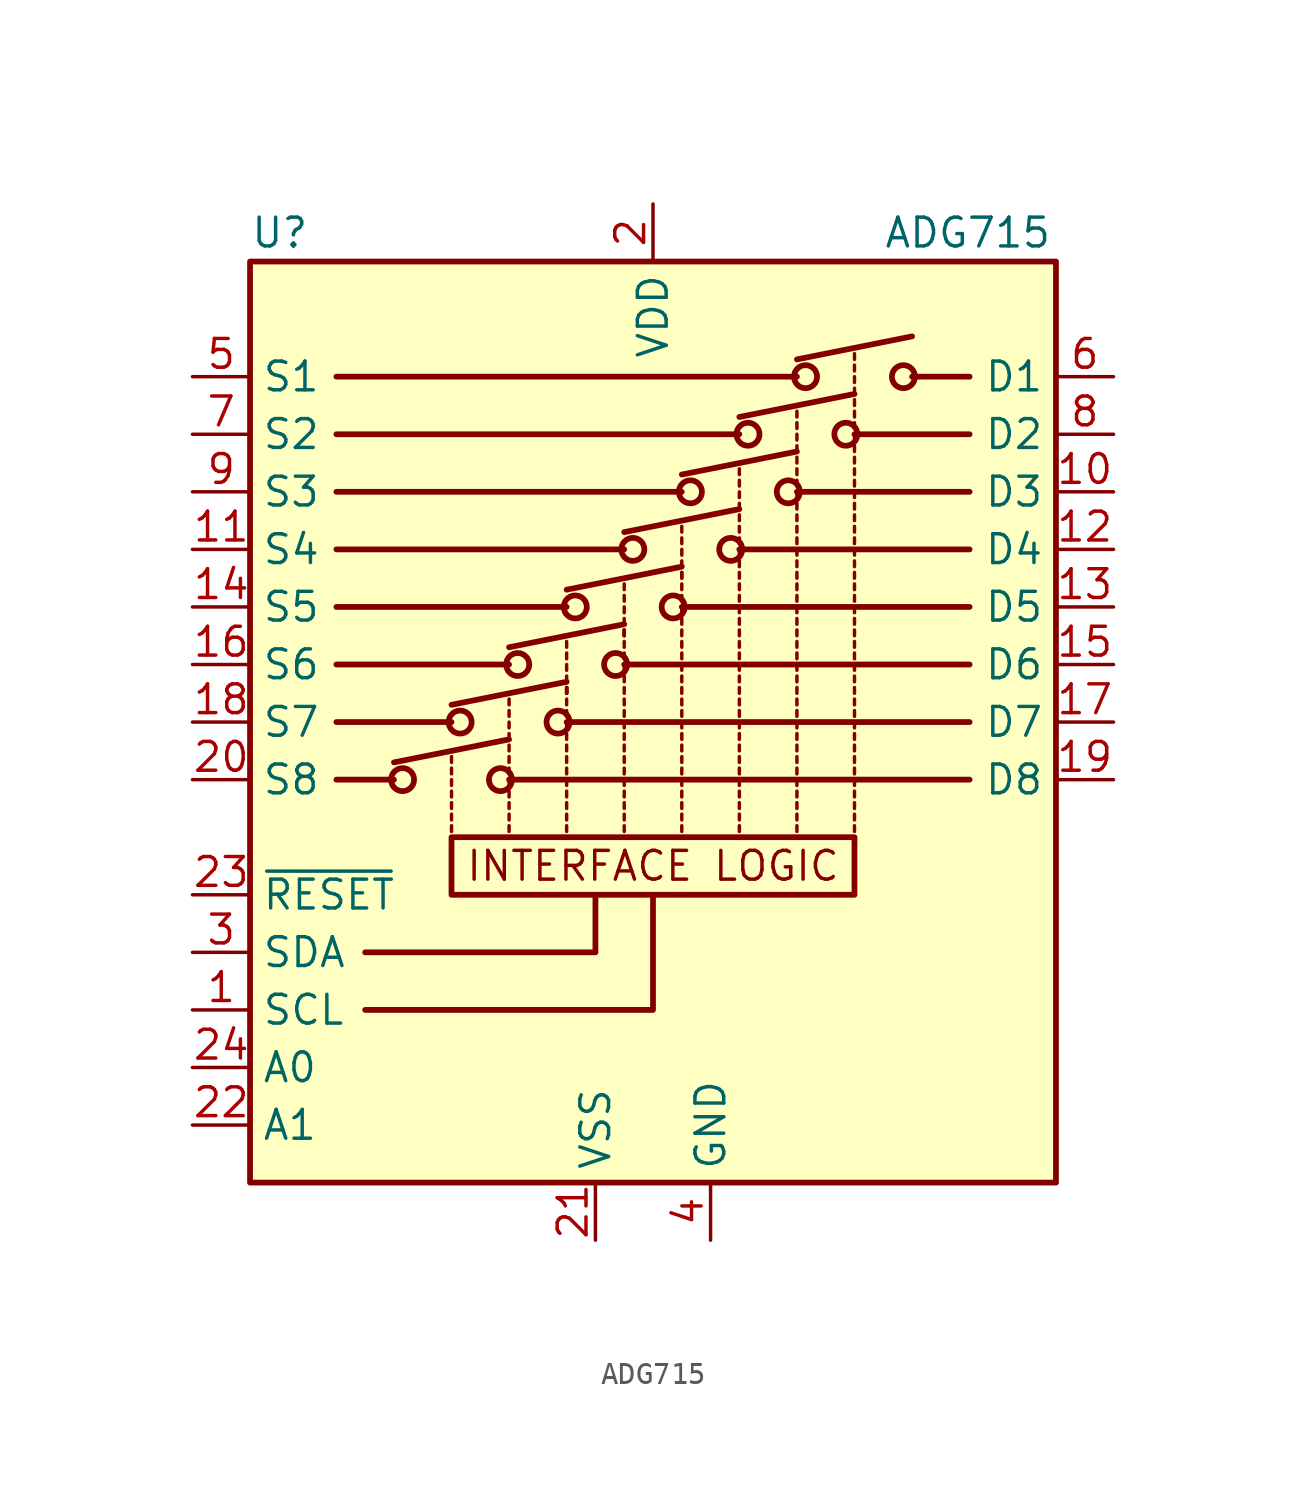
<source format=kicad_sym>
(kicad_symbol_lib
  (version 20200908)
  (generator kicad_symbol_editor)
  (symbol "Analog_Switch:ADG715"
    (property "Reference" "U"
      (at -17.78 24.13 0)
      (effects (font (size 1.27 1.27)) (justify left)))
    (property "Value" "ADG715"
      (at 10.16 24.13 0)
      (effects (font (size 1.27 1.27)) (justify left)))
    (symbol "ADG715_1_1"
      (circle (center -11.049 0) (radius 0.508) (stroke (width 0.254)) (fill (type none)))
      (circle (center -8.509 2.54) (radius 0.508) (stroke (width 0.254)) (fill (type none)))
      (circle (center -6.731 0) (radius 0.508) (stroke (width 0.254)) (fill (type none)))
      (circle (center -5.969 5.08) (radius 0.508) (stroke (width 0.254)) (fill (type none)))
      (circle (center -4.191 2.54) (radius 0.508) (stroke (width 0.254)) (fill (type none)))
      (circle (center -3.429 7.62) (radius 0.508) (stroke (width 0.254)) (fill (type none)))
      (circle (center -1.651 5.08) (radius 0.508) (stroke (width 0.254)) (fill (type none)))
      (circle (center -0.889 10.16) (radius 0.508) (stroke (width 0.254)) (fill (type none)))
      (circle (center 0.889 7.62) (radius 0.508) (stroke (width 0.254)) (fill (type none)))
      (circle (center 1.651 12.7) (radius 0.508) (stroke (width 0.254)) (fill (type none)))
      (circle (center 3.429 10.16) (radius 0.508) (stroke (width 0.254)) (fill (type none)))
      (circle (center 4.191 15.24) (radius 0.508) (stroke (width 0.254)) (fill (type none)))
      (circle (center 5.969 12.7) (radius 0.508) (stroke (width 0.254)) (fill (type none)))
      (circle (center 6.731 17.78) (radius 0.508) (stroke (width 0.254)) (fill (type none)))
      (circle (center 8.509 15.24) (radius 0.508) (stroke (width 0.254)) (fill (type none)))
      (circle (center 11.049 17.78) (radius 0.508) (stroke (width 0.254)) (fill (type none)))
      (polyline (pts (xy -11.43 0.762) (xy -6.35 1.778)) (stroke (width 0.254)) (fill (type none)))
      (polyline (pts (xy -8.89 -2.286) (xy -8.89 -2.032)) (stroke (width 0)) (fill (type none)))
      (polyline (pts (xy -8.89 -1.778) (xy -8.89 -1.524)) (stroke (width 0)) (fill (type none)))
      (polyline (pts (xy -8.89 -1.27) (xy -8.89 -1.016)) (stroke (width 0)) (fill (type none)))
      (polyline (pts (xy -8.89 -0.762) (xy -8.89 -0.508)) (stroke (width 0)) (fill (type none)))
      (polyline (pts (xy -8.89 -0.254) (xy -8.89 0)) (stroke (width 0)) (fill (type none)))
      (polyline (pts (xy -8.89 0.254) (xy -8.89 0.508)) (stroke (width 0)) (fill (type none)))
      (polyline (pts (xy -8.89 0.762) (xy -8.89 1.016)) (stroke (width 0)) (fill (type none)))
      (polyline (pts (xy -8.89 3.302) (xy -3.81 4.318)) (stroke (width 0.254)) (fill (type none)))
      (polyline (pts (xy -6.35 -2.286) (xy -6.35 -2.032)) (stroke (width 0)) (fill (type none)))
      (polyline (pts (xy -6.35 -1.778) (xy -6.35 -1.524)) (stroke (width 0)) (fill (type none)))
      (polyline (pts (xy -6.35 -1.27) (xy -6.35 -1.016)) (stroke (width 0)) (fill (type none)))
      (polyline (pts (xy -6.35 -0.762) (xy -6.35 -0.508)) (stroke (width 0)) (fill (type none)))
      (polyline (pts (xy -6.35 -0.254) (xy -6.35 0)) (stroke (width 0)) (fill (type none)))
      (polyline (pts (xy -6.35 0.254) (xy -6.35 0.508)) (stroke (width 0)) (fill (type none)))
      (polyline (pts (xy -6.35 0.762) (xy -6.35 1.016)) (stroke (width 0)) (fill (type none)))
      (polyline (pts (xy -6.35 1.27) (xy -6.35 1.524)) (stroke (width 0)) (fill (type none)))
      (polyline (pts (xy -6.35 1.778) (xy -6.35 2.032)) (stroke (width 0)) (fill (type none)))
      (polyline (pts (xy -6.35 2.286) (xy -6.35 2.54)) (stroke (width 0)) (fill (type none)))
      (polyline (pts (xy -6.35 2.794) (xy -6.35 3.048)) (stroke (width 0)) (fill (type none)))
      (polyline (pts (xy -6.35 3.302) (xy -6.35 3.556)) (stroke (width 0)) (fill (type none)))
      (polyline (pts (xy -6.35 5.842) (xy -1.27 6.858)) (stroke (width 0.254)) (fill (type none)))
      (polyline (pts (xy -3.81 -2.286) (xy -3.81 -2.032)) (stroke (width 0)) (fill (type none)))
      (polyline (pts (xy -3.81 -1.778) (xy -3.81 -1.524)) (stroke (width 0)) (fill (type none)))
      (polyline (pts (xy -3.81 -1.27) (xy -3.81 -1.016)) (stroke (width 0)) (fill (type none)))
      (polyline (pts (xy -3.81 -0.762) (xy -3.81 -0.508)) (stroke (width 0)) (fill (type none)))
      (polyline (pts (xy -3.81 -0.254) (xy -3.81 0)) (stroke (width 0)) (fill (type none)))
      (polyline (pts (xy -3.81 0.254) (xy -3.81 0.508)) (stroke (width 0)) (fill (type none)))
      (polyline (pts (xy -3.81 0.762) (xy -3.81 1.016)) (stroke (width 0)) (fill (type none)))
      (polyline (pts (xy -3.81 1.27) (xy -3.81 1.524)) (stroke (width 0)) (fill (type none)))
      (polyline (pts (xy -3.81 1.778) (xy -3.81 2.032)) (stroke (width 0)) (fill (type none)))
      (polyline (pts (xy -3.81 2.286) (xy -3.81 2.54)) (stroke (width 0)) (fill (type none)))
      (polyline (pts (xy -3.81 2.794) (xy -3.81 3.048)) (stroke (width 0)) (fill (type none)))
      (polyline (pts (xy -3.81 3.302) (xy -3.81 3.556)) (stroke (width 0)) (fill (type none)))
      (polyline (pts (xy -3.81 3.81) (xy -3.81 4.064)) (stroke (width 0)) (fill (type none)))
      (polyline (pts (xy -3.81 3.81) (xy -3.81 4.064)) (stroke (width 0)) (fill (type none)))
      (polyline (pts (xy -3.81 3.81) (xy -3.81 4.064)) (stroke (width 0)) (fill (type none)))
      (polyline (pts (xy -3.81 3.81) (xy -3.81 4.064)) (stroke (width 0)) (fill (type none)))
      (polyline (pts (xy -3.81 4.318) (xy -3.81 4.572)) (stroke (width 0)) (fill (type none)))
      (polyline (pts (xy -3.81 4.826) (xy -3.81 5.08)) (stroke (width 0)) (fill (type none)))
      (polyline (pts (xy -3.81 5.334) (xy -3.81 5.588)) (stroke (width 0)) (fill (type none)))
      (polyline (pts (xy -3.81 5.842) (xy -3.81 6.096)) (stroke (width 0)) (fill (type none)))
      (polyline (pts (xy -3.81 8.382) (xy 1.27 9.398)) (stroke (width 0.254)) (fill (type none)))
      (polyline (pts (xy -1.27 -2.286) (xy -1.27 -2.032)) (stroke (width 0)) (fill (type none)))
      (polyline (pts (xy -1.27 -1.778) (xy -1.27 -1.524)) (stroke (width 0)) (fill (type none)))
      (polyline (pts (xy -1.27 -1.27) (xy -1.27 -1.016)) (stroke (width 0)) (fill (type none)))
      (polyline (pts (xy -1.27 -0.762) (xy -1.27 -0.508)) (stroke (width 0)) (fill (type none)))
      (polyline (pts (xy -1.27 -0.254) (xy -1.27 0)) (stroke (width 0)) (fill (type none)))
      (polyline (pts (xy -1.27 0.254) (xy -1.27 0.508)) (stroke (width 0)) (fill (type none)))
      (polyline (pts (xy -1.27 0.762) (xy -1.27 1.016)) (stroke (width 0)) (fill (type none)))
      (polyline (pts (xy -1.27 1.27) (xy -1.27 1.524)) (stroke (width 0)) (fill (type none)))
      (polyline (pts (xy -1.27 1.778) (xy -1.27 2.032)) (stroke (width 0)) (fill (type none)))
      (polyline (pts (xy -1.27 2.286) (xy -1.27 2.54)) (stroke (width 0)) (fill (type none)))
      (polyline (pts (xy -1.27 2.794) (xy -1.27 3.048)) (stroke (width 0)) (fill (type none)))
      (polyline (pts (xy -1.27 3.302) (xy -1.27 3.556)) (stroke (width 0)) (fill (type none)))
      (polyline (pts (xy -1.27 3.81) (xy -1.27 4.064)) (stroke (width 0)) (fill (type none)))
      (polyline (pts (xy -1.27 4.318) (xy -1.27 4.572)) (stroke (width 0)) (fill (type none)))
      (polyline (pts (xy -1.27 4.826) (xy -1.27 5.08)) (stroke (width 0)) (fill (type none)))
      (polyline (pts (xy -1.27 5.334) (xy -1.27 5.588)) (stroke (width 0)) (fill (type none)))
      (polyline (pts (xy -1.27 5.842) (xy -1.27 6.096)) (stroke (width 0)) (fill (type none)))
      (polyline (pts (xy -1.27 6.35) (xy -1.27 6.604)) (stroke (width 0)) (fill (type none)))
      (polyline (pts (xy -1.27 6.35) (xy -1.27 6.604)) (stroke (width 0)) (fill (type none)))
      (polyline (pts (xy -1.27 6.35) (xy -1.27 6.604)) (stroke (width 0)) (fill (type none)))
      (polyline (pts (xy -1.27 6.858) (xy -1.27 7.112)) (stroke (width 0)) (fill (type none)))
      (polyline (pts (xy -1.27 7.366) (xy -1.27 7.62)) (stroke (width 0)) (fill (type none)))
      (polyline (pts (xy -1.27 7.874) (xy -1.27 8.128)) (stroke (width 0)) (fill (type none)))
      (polyline (pts (xy -1.27 8.382) (xy -1.27 8.636)) (stroke (width 0)) (fill (type none)))
      (polyline (pts (xy -1.27 10.922) (xy 3.81 11.938)) (stroke (width 0.254)) (fill (type none)))
      (polyline (pts (xy 1.27 -2.286) (xy 1.27 -2.032)) (stroke (width 0)) (fill (type none)))
      (polyline (pts (xy 1.27 -1.778) (xy 1.27 -1.524)) (stroke (width 0)) (fill (type none)))
      (polyline (pts (xy 1.27 -1.27) (xy 1.27 -1.016)) (stroke (width 0)) (fill (type none)))
      (polyline (pts (xy 1.27 -0.762) (xy 1.27 -0.508)) (stroke (width 0)) (fill (type none)))
      (polyline (pts (xy 1.27 -0.254) (xy 1.27 0)) (stroke (width 0)) (fill (type none)))
      (polyline (pts (xy 1.27 0.254) (xy 1.27 0.508)) (stroke (width 0)) (fill (type none)))
      (polyline (pts (xy 1.27 0.762) (xy 1.27 1.016)) (stroke (width 0)) (fill (type none)))
      (polyline (pts (xy 1.27 1.27) (xy 1.27 1.524)) (stroke (width 0)) (fill (type none)))
      (polyline (pts (xy 1.27 1.778) (xy 1.27 2.032)) (stroke (width 0)) (fill (type none)))
      (polyline (pts (xy 1.27 2.286) (xy 1.27 2.54)) (stroke (width 0)) (fill (type none)))
      (polyline (pts (xy 1.27 2.794) (xy 1.27 3.048)) (stroke (width 0)) (fill (type none)))
      (polyline (pts (xy 1.27 3.302) (xy 1.27 3.556)) (stroke (width 0)) (fill (type none)))
      (polyline (pts (xy 1.27 3.81) (xy 1.27 4.064)) (stroke (width 0)) (fill (type none)))
      (polyline (pts (xy 1.27 4.318) (xy 1.27 4.572)) (stroke (width 0)) (fill (type none)))
      (polyline (pts (xy 1.27 4.826) (xy 1.27 5.08)) (stroke (width 0)) (fill (type none)))
      (polyline (pts (xy 1.27 5.334) (xy 1.27 5.588)) (stroke (width 0)) (fill (type none)))
      (polyline (pts (xy 1.27 5.842) (xy 1.27 6.096)) (stroke (width 0)) (fill (type none)))
      (polyline (pts (xy 1.27 6.35) (xy 1.27 6.604)) (stroke (width 0)) (fill (type none)))
      (polyline (pts (xy 1.27 6.858) (xy 1.27 7.112)) (stroke (width 0)) (fill (type none)))
      (polyline (pts (xy 1.27 7.366) (xy 1.27 7.62)) (stroke (width 0)) (fill (type none)))
      (polyline (pts (xy 1.27 7.874) (xy 1.27 8.128)) (stroke (width 0)) (fill (type none)))
      (polyline (pts (xy 1.27 8.382) (xy 1.27 8.636)) (stroke (width 0)) (fill (type none)))
      (polyline (pts (xy 1.27 8.89) (xy 1.27 9.144)) (stroke (width 0)) (fill (type none)))
      (polyline (pts (xy 1.27 8.89) (xy 1.27 9.144)) (stroke (width 0)) (fill (type none)))
      (polyline (pts (xy 1.27 9.398) (xy 1.27 9.652)) (stroke (width 0)) (fill (type none)))
      (polyline (pts (xy 1.27 9.906) (xy 1.27 10.16)) (stroke (width 0)) (fill (type none)))
      (polyline (pts (xy 1.27 10.414) (xy 1.27 10.668)) (stroke (width 0)) (fill (type none)))
      (polyline (pts (xy 1.27 10.922) (xy 1.27 11.176)) (stroke (width 0)) (fill (type none)))
      (polyline (pts (xy 1.27 13.462) (xy 6.35 14.478)) (stroke (width 0.254)) (fill (type none)))
      (polyline (pts (xy 3.81 -2.286) (xy 3.81 -2.032)) (stroke (width 0)) (fill (type none)))
      (polyline (pts (xy 3.81 -1.778) (xy 3.81 -1.524)) (stroke (width 0)) (fill (type none)))
      (polyline (pts (xy 3.81 -1.27) (xy 3.81 -1.016)) (stroke (width 0)) (fill (type none)))
      (polyline (pts (xy 3.81 -0.762) (xy 3.81 -0.508)) (stroke (width 0)) (fill (type none)))
      (polyline (pts (xy 3.81 -0.254) (xy 3.81 0)) (stroke (width 0)) (fill (type none)))
      (polyline (pts (xy 3.81 0.254) (xy 3.81 0.508)) (stroke (width 0)) (fill (type none)))
      (polyline (pts (xy 3.81 0.762) (xy 3.81 1.016)) (stroke (width 0)) (fill (type none)))
      (polyline (pts (xy 3.81 1.27) (xy 3.81 1.524)) (stroke (width 0)) (fill (type none)))
      (polyline (pts (xy 3.81 1.778) (xy 3.81 2.032)) (stroke (width 0)) (fill (type none)))
      (polyline (pts (xy 3.81 2.286) (xy 3.81 2.54)) (stroke (width 0)) (fill (type none)))
      (polyline (pts (xy 3.81 2.794) (xy 3.81 3.048)) (stroke (width 0)) (fill (type none)))
      (polyline (pts (xy 3.81 3.302) (xy 3.81 3.556)) (stroke (width 0)) (fill (type none)))
      (polyline (pts (xy 3.81 3.81) (xy 3.81 4.064)) (stroke (width 0)) (fill (type none)))
      (polyline (pts (xy 3.81 4.318) (xy 3.81 4.572)) (stroke (width 0)) (fill (type none)))
      (polyline (pts (xy 3.81 4.826) (xy 3.81 5.08)) (stroke (width 0)) (fill (type none)))
      (polyline (pts (xy 3.81 5.334) (xy 3.81 5.588)) (stroke (width 0)) (fill (type none)))
      (polyline (pts (xy 3.81 5.842) (xy 3.81 6.096)) (stroke (width 0)) (fill (type none)))
      (polyline (pts (xy 3.81 6.35) (xy 3.81 6.604)) (stroke (width 0)) (fill (type none)))
      (polyline (pts (xy 3.81 6.858) (xy 3.81 7.112)) (stroke (width 0)) (fill (type none)))
      (polyline (pts (xy 3.81 7.366) (xy 3.81 7.62)) (stroke (width 0)) (fill (type none)))
      (polyline (pts (xy 3.81 7.874) (xy 3.81 8.128)) (stroke (width 0)) (fill (type none)))
      (polyline (pts (xy 3.81 8.382) (xy 3.81 8.636)) (stroke (width 0)) (fill (type none)))
      (polyline (pts (xy 3.81 8.89) (xy 3.81 9.144)) (stroke (width 0)) (fill (type none)))
      (polyline (pts (xy 3.81 9.398) (xy 3.81 9.652)) (stroke (width 0)) (fill (type none)))
      (polyline (pts (xy 3.81 9.906) (xy 3.81 10.16)) (stroke (width 0)) (fill (type none)))
      (polyline (pts (xy 3.81 10.414) (xy 3.81 10.668)) (stroke (width 0)) (fill (type none)))
      (polyline (pts (xy 3.81 10.922) (xy 3.81 11.176)) (stroke (width 0)) (fill (type none)))
      (polyline (pts (xy 3.81 11.43) (xy 3.81 11.684)) (stroke (width 0)) (fill (type none)))
      (polyline (pts (xy 3.81 11.938) (xy 3.81 12.192)) (stroke (width 0)) (fill (type none)))
      (polyline (pts (xy 3.81 12.446) (xy 3.81 12.7)) (stroke (width 0)) (fill (type none)))
      (polyline (pts (xy 3.81 12.954) (xy 3.81 13.208)) (stroke (width 0)) (fill (type none)))
      (polyline (pts (xy 3.81 13.462) (xy 3.81 13.716)) (stroke (width 0)) (fill (type none)))
      (polyline (pts (xy 3.81 16.002) (xy 8.89 17.018)) (stroke (width 0.254)) (fill (type none)))
      (polyline (pts (xy 6.35 -2.286) (xy 6.35 -2.032)) (stroke (width 0)) (fill (type none)))
      (polyline (pts (xy 6.35 -1.778) (xy 6.35 -1.524)) (stroke (width 0)) (fill (type none)))
      (polyline (pts (xy 6.35 -1.27) (xy 6.35 -1.016)) (stroke (width 0)) (fill (type none)))
      (polyline (pts (xy 6.35 -0.762) (xy 6.35 -0.508)) (stroke (width 0)) (fill (type none)))
      (polyline (pts (xy 6.35 -0.254) (xy 6.35 0)) (stroke (width 0)) (fill (type none)))
      (polyline (pts (xy 6.35 0.254) (xy 6.35 0.508)) (stroke (width 0)) (fill (type none)))
      (polyline (pts (xy 6.35 0.762) (xy 6.35 1.016)) (stroke (width 0)) (fill (type none)))
      (polyline (pts (xy 6.35 1.27) (xy 6.35 1.524)) (stroke (width 0)) (fill (type none)))
      (polyline (pts (xy 6.35 1.778) (xy 6.35 2.032)) (stroke (width 0)) (fill (type none)))
      (polyline (pts (xy 6.35 2.286) (xy 6.35 2.54)) (stroke (width 0)) (fill (type none)))
      (polyline (pts (xy 6.35 2.794) (xy 6.35 3.048)) (stroke (width 0)) (fill (type none)))
      (polyline (pts (xy 6.35 3.302) (xy 6.35 3.556)) (stroke (width 0)) (fill (type none)))
      (polyline (pts (xy 6.35 3.81) (xy 6.35 4.064)) (stroke (width 0)) (fill (type none)))
      (polyline (pts (xy 6.35 4.318) (xy 6.35 4.572)) (stroke (width 0)) (fill (type none)))
      (polyline (pts (xy 6.35 4.826) (xy 6.35 5.08)) (stroke (width 0)) (fill (type none)))
      (polyline (pts (xy 6.35 5.334) (xy 6.35 5.588)) (stroke (width 0)) (fill (type none)))
      (polyline (pts (xy 6.35 5.842) (xy 6.35 6.096)) (stroke (width 0)) (fill (type none)))
      (polyline (pts (xy 6.35 6.35) (xy 6.35 6.604)) (stroke (width 0)) (fill (type none)))
      (polyline (pts (xy 6.35 6.858) (xy 6.35 7.112)) (stroke (width 0)) (fill (type none)))
      (polyline (pts (xy 6.35 7.366) (xy 6.35 7.62)) (stroke (width 0)) (fill (type none)))
      (polyline (pts (xy 6.35 7.874) (xy 6.35 8.128)) (stroke (width 0)) (fill (type none)))
      (polyline (pts (xy 6.35 8.382) (xy 6.35 8.636)) (stroke (width 0)) (fill (type none)))
      (polyline (pts (xy 6.35 8.89) (xy 6.35 9.144)) (stroke (width 0)) (fill (type none)))
      (polyline (pts (xy 6.35 9.398) (xy 6.35 9.652)) (stroke (width 0)) (fill (type none)))
      (polyline (pts (xy 6.35 9.906) (xy 6.35 10.16)) (stroke (width 0)) (fill (type none)))
      (polyline (pts (xy 6.35 10.414) (xy 6.35 10.668)) (stroke (width 0)) (fill (type none)))
      (polyline (pts (xy 6.35 10.922) (xy 6.35 11.176)) (stroke (width 0)) (fill (type none)))
      (polyline (pts (xy 6.35 11.43) (xy 6.35 11.684)) (stroke (width 0)) (fill (type none)))
      (polyline (pts (xy 6.35 11.938) (xy 6.35 12.192)) (stroke (width 0)) (fill (type none)))
      (polyline (pts (xy 6.35 12.446) (xy 6.35 12.7)) (stroke (width 0)) (fill (type none)))
      (polyline (pts (xy 6.35 12.954) (xy 6.35 13.208)) (stroke (width 0)) (fill (type none)))
      (polyline (pts (xy 6.35 13.462) (xy 6.35 13.716)) (stroke (width 0)) (fill (type none)))
      (polyline (pts (xy 6.35 13.97) (xy 6.35 14.224)) (stroke (width 0)) (fill (type none)))
      (polyline (pts (xy 6.35 14.478) (xy 6.35 14.732)) (stroke (width 0)) (fill (type none)))
      (polyline (pts (xy 6.35 14.986) (xy 6.35 15.24)) (stroke (width 0)) (fill (type none)))
      (polyline (pts (xy 6.35 15.494) (xy 6.35 15.748)) (stroke (width 0)) (fill (type none)))
      (polyline (pts (xy 6.35 16.002) (xy 6.35 16.256)) (stroke (width 0)) (fill (type none)))
      (polyline (pts (xy 6.35 18.542) (xy 11.43 19.558)) (stroke (width 0.254)) (fill (type none)))
      (polyline (pts (xy 8.89 -2.286) (xy 8.89 -2.032)) (stroke (width 0)) (fill (type none)))
      (polyline (pts (xy 8.89 -1.778) (xy 8.89 -1.524)) (stroke (width 0)) (fill (type none)))
      (polyline (pts (xy 8.89 -1.27) (xy 8.89 -1.016)) (stroke (width 0)) (fill (type none)))
      (polyline (pts (xy 8.89 -0.762) (xy 8.89 -0.508)) (stroke (width 0)) (fill (type none)))
      (polyline (pts (xy 8.89 -0.254) (xy 8.89 0)) (stroke (width 0)) (fill (type none)))
      (polyline (pts (xy 8.89 0.254) (xy 8.89 0.508)) (stroke (width 0)) (fill (type none)))
      (polyline (pts (xy 8.89 0.762) (xy 8.89 1.016)) (stroke (width 0)) (fill (type none)))
      (polyline (pts (xy 8.89 1.27) (xy 8.89 1.524)) (stroke (width 0)) (fill (type none)))
      (polyline (pts (xy 8.89 1.778) (xy 8.89 2.032)) (stroke (width 0)) (fill (type none)))
      (polyline (pts (xy 8.89 2.286) (xy 8.89 2.54)) (stroke (width 0)) (fill (type none)))
      (polyline (pts (xy 8.89 2.794) (xy 8.89 3.048)) (stroke (width 0)) (fill (type none)))
      (polyline (pts (xy 8.89 3.302) (xy 8.89 3.556)) (stroke (width 0)) (fill (type none)))
      (polyline (pts (xy 8.89 3.81) (xy 8.89 4.064)) (stroke (width 0)) (fill (type none)))
      (polyline (pts (xy 8.89 4.318) (xy 8.89 4.572)) (stroke (width 0)) (fill (type none)))
      (polyline (pts (xy 8.89 4.826) (xy 8.89 5.08)) (stroke (width 0)) (fill (type none)))
      (polyline (pts (xy 8.89 5.334) (xy 8.89 5.588)) (stroke (width 0)) (fill (type none)))
      (polyline (pts (xy 8.89 5.842) (xy 8.89 6.096)) (stroke (width 0)) (fill (type none)))
      (polyline (pts (xy 8.89 6.35) (xy 8.89 6.604)) (stroke (width 0)) (fill (type none)))
      (polyline (pts (xy 8.89 6.858) (xy 8.89 7.112)) (stroke (width 0)) (fill (type none)))
      (polyline (pts (xy 8.89 7.366) (xy 8.89 7.62)) (stroke (width 0)) (fill (type none)))
      (polyline (pts (xy 8.89 7.874) (xy 8.89 8.128)) (stroke (width 0)) (fill (type none)))
      (polyline (pts (xy 8.89 8.382) (xy 8.89 8.636)) (stroke (width 0)) (fill (type none)))
      (polyline (pts (xy 8.89 8.89) (xy 8.89 9.144)) (stroke (width 0)) (fill (type none)))
      (polyline (pts (xy 8.89 9.398) (xy 8.89 9.652)) (stroke (width 0)) (fill (type none)))
      (polyline (pts (xy 8.89 9.906) (xy 8.89 10.16)) (stroke (width 0)) (fill (type none)))
      (polyline (pts (xy 8.89 10.414) (xy 8.89 10.668)) (stroke (width 0)) (fill (type none)))
      (polyline (pts (xy 8.89 10.922) (xy 8.89 11.176)) (stroke (width 0)) (fill (type none)))
      (polyline (pts (xy 8.89 11.43) (xy 8.89 11.684)) (stroke (width 0)) (fill (type none)))
      (polyline (pts (xy 8.89 11.938) (xy 8.89 12.192)) (stroke (width 0)) (fill (type none)))
      (polyline (pts (xy 8.89 12.446) (xy 8.89 12.7)) (stroke (width 0)) (fill (type none)))
      (polyline (pts (xy 8.89 12.954) (xy 8.89 13.208)) (stroke (width 0)) (fill (type none)))
      (polyline (pts (xy 8.89 13.462) (xy 8.89 13.716)) (stroke (width 0)) (fill (type none)))
      (polyline (pts (xy 8.89 13.97) (xy 8.89 14.224)) (stroke (width 0)) (fill (type none)))
      (polyline (pts (xy 8.89 14.478) (xy 8.89 14.732)) (stroke (width 0)) (fill (type none)))
      (polyline (pts (xy 8.89 14.986) (xy 8.89 15.24)) (stroke (width 0)) (fill (type none)))
      (polyline (pts (xy 8.89 15.494) (xy 8.89 15.748)) (stroke (width 0)) (fill (type none)))
      (polyline (pts (xy 8.89 16.002) (xy 8.89 16.256)) (stroke (width 0)) (fill (type none)))
      (polyline (pts (xy 8.89 16.51) (xy 8.89 16.764)) (stroke (width 0)) (fill (type none)))
      (polyline (pts (xy 8.89 17.018) (xy 8.89 17.272)) (stroke (width 0)) (fill (type none)))
      (polyline (pts (xy 8.89 17.526) (xy 8.89 17.78)) (stroke (width 0)) (fill (type none)))
      (polyline (pts (xy 8.89 18.034) (xy 8.89 18.288)) (stroke (width 0)) (fill (type none)))
      (polyline (pts (xy 8.89 18.542) (xy 8.89 18.796)) (stroke (width 0)) (fill (type none)))
      (pin input line (at -20.32 -10.16 0) (length 2.54) (name "SCL" (effects (font (size 1.27 1.27)))) (number "1" (effects (font (size 1.27 1.27)))))
      (pin passive line (at 20.32 12.7 180) (length 2.54) (name "D3" (effects (font (size 1.27 1.27)))) (number "10" (effects (font (size 1.27 1.27)))))
      (pin passive line (at -20.32 10.16 0) (length 2.54) (name "S4" (effects (font (size 1.27 1.27)))) (number "11" (effects (font (size 1.27 1.27)))))
      (pin passive line (at 20.32 10.16 180) (length 2.54) (name "D4" (effects (font (size 1.27 1.27)))) (number "12" (effects (font (size 1.27 1.27)))))
      (pin passive line (at 20.32 7.62 180) (length 2.54) (name "D5" (effects (font (size 1.27 1.27)))) (number "13" (effects (font (size 1.27 1.27)))))
      (pin passive line (at -20.32 7.62 0) (length 2.54) (name "S5" (effects (font (size 1.27 1.27)))) (number "14" (effects (font (size 1.27 1.27)))))
      (pin passive line (at 20.32 5.08 180) (length 2.54) (name "D6" (effects (font (size 1.27 1.27)))) (number "15" (effects (font (size 1.27 1.27)))))
      (pin passive line (at -20.32 5.08 0) (length 2.54) (name "S6" (effects (font (size 1.27 1.27)))) (number "16" (effects (font (size 1.27 1.27)))))
      (pin passive line (at 20.32 2.54 180) (length 2.54) (name "D7" (effects (font (size 1.27 1.27)))) (number "17" (effects (font (size 1.27 1.27)))))
      (pin passive line (at -20.32 2.54 0) (length 2.54) (name "S7" (effects (font (size 1.27 1.27)))) (number "18" (effects (font (size 1.27 1.27)))))
      (pin passive line (at 20.32 0 180) (length 2.54) (name "D8" (effects (font (size 1.27 1.27)))) (number "19" (effects (font (size 1.27 1.27)))))
      (pin power_in line (at 0 25.4 270) (length 2.54) (name "VDD" (effects (font (size 1.27 1.27)))) (number "2" (effects (font (size 1.27 1.27)))))
      (pin passive line (at -20.32 0 0) (length 2.54) (name "S8" (effects (font (size 1.27 1.27)))) (number "20" (effects (font (size 1.27 1.27)))))
      (pin power_in line (at -2.54 -20.32 90) (length 2.54) (name "VSS" (effects (font (size 1.27 1.27)))) (number "21" (effects (font (size 1.27 1.27)))))
      (pin input line (at -20.32 -15.24 0) (length 2.54) (name "A1" (effects (font (size 1.27 1.27)))) (number "22" (effects (font (size 1.27 1.27)))))
      (pin input line (at -20.32 -5.08 0) (length 2.54) (name "~RESET" (effects (font (size 1.27 1.27)))) (number "23" (effects (font (size 1.27 1.27)))))
      (pin input line (at -20.32 -12.7 0) (length 2.54) (name "A0" (effects (font (size 1.27 1.27)))) (number "24" (effects (font (size 1.27 1.27)))))
      (pin bidirectional line (at -20.32 -7.62 0) (length 2.54) (name "SDA" (effects (font (size 1.27 1.27)))) (number "3" (effects (font (size 1.27 1.27)))))
      (pin power_in line (at 2.54 -20.32 90) (length 2.54) (name "GND" (effects (font (size 1.27 1.27)))) (number "4" (effects (font (size 1.27 1.27)))))
      (pin passive line (at -20.32 17.78 0) (length 2.54) (name "S1" (effects (font (size 1.27 1.27)))) (number "5" (effects (font (size 1.27 1.27)))))
      (pin passive line (at 20.32 17.78 180) (length 2.54) (name "D1" (effects (font (size 1.27 1.27)))) (number "6" (effects (font (size 1.27 1.27)))))
      (pin passive line (at -20.32 15.24 0) (length 2.54) (name "S2" (effects (font (size 1.27 1.27)))) (number "7" (effects (font (size 1.27 1.27)))))
      (pin passive line (at 20.32 15.24 180) (length 2.54) (name "D2" (effects (font (size 1.27 1.27)))) (number "8" (effects (font (size 1.27 1.27)))))
      (pin passive line (at -20.32 12.7 0) (length 2.54) (name "S3" (effects (font (size 1.27 1.27)))) (number "9" (effects (font (size 1.27 1.27))))))
    (symbol "ADG715_0_0"
      (text "INTERFACE LOGIC" (at 0 -3.81 0) (effects (font (size 1.27 1.27))))
      (polyline (pts (xy -12.7 -7.62) (xy -2.54 -7.62) (xy -2.54 -5.08)) (stroke (width 0.254)) (fill (type none)))
      (polyline (pts (xy -12.7 -10.16) (xy 0 -10.16) (xy 0 -7.62) (xy 0 -5.08)) (stroke (width 0.254)) (fill (type none))))
    (symbol "ADG715_0_1"
      (rectangle (start -17.78 -17.78) (end 17.78 22.86) (stroke (width 0.254)) (fill (type background)))
      (rectangle (start -8.89 -2.54) (end 8.89 -5.08) (stroke (width 0.254)) (fill (type none)))
      (polyline (pts (xy -11.43 0) (xy -13.97 0)) (stroke (width 0.254)) (fill (type none)))
      (polyline (pts (xy -8.89 2.54) (xy -13.97 2.54)) (stroke (width 0.254)) (fill (type none)))
      (polyline (pts (xy -6.35 0) (xy 13.97 0)) (stroke (width 0.254)) (fill (type none)))
      (polyline (pts (xy -6.35 5.08) (xy -13.97 5.08)) (stroke (width 0.254)) (fill (type none)))
      (polyline (pts (xy -3.81 2.54) (xy 13.97 2.54)) (stroke (width 0.254)) (fill (type none)))
      (polyline (pts (xy -3.81 7.62) (xy -13.97 7.62)) (stroke (width 0.254)) (fill (type none)))
      (polyline (pts (xy -1.27 5.08) (xy 13.97 5.08)) (stroke (width 0.254)) (fill (type none)))
      (polyline (pts (xy -1.27 10.16) (xy -13.97 10.16)) (stroke (width 0.254)) (fill (type none)))
      (polyline (pts (xy 1.27 7.62) (xy 13.97 7.62)) (stroke (width 0.254)) (fill (type none)))
      (polyline (pts (xy 1.27 12.7) (xy -13.97 12.7)) (stroke (width 0.254)) (fill (type none)))
      (polyline (pts (xy 3.81 10.16) (xy 13.97 10.16)) (stroke (width 0.254)) (fill (type none)))
      (polyline (pts (xy 3.81 15.24) (xy -13.97 15.24)) (stroke (width 0.254)) (fill (type none)))
      (polyline (pts (xy 6.35 12.7) (xy 13.97 12.7)) (stroke (width 0.254)) (fill (type none)))
      (polyline (pts (xy 6.35 17.78) (xy -13.97 17.78)) (stroke (width 0.254)) (fill (type none)))
      (polyline (pts (xy 8.89 15.24) (xy 13.97 15.24)) (stroke (width 0.254)) (fill (type none)))
      (polyline (pts (xy 11.43 17.78) (xy 13.97 17.78)) (stroke (width 0.254)) (fill (type none))))))
</source>
